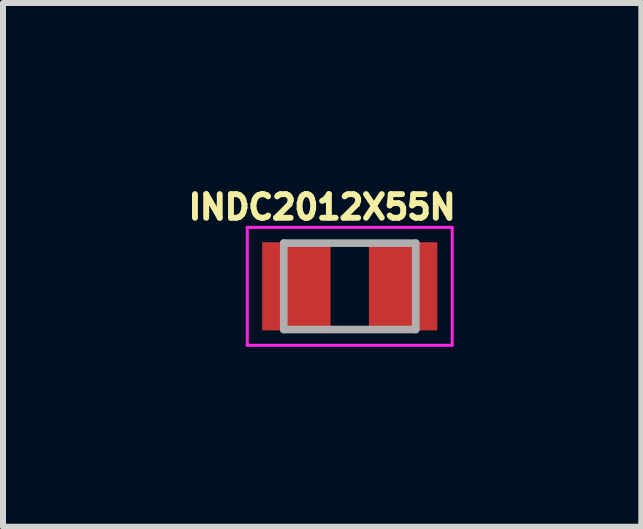
<source format=kicad_pcb>
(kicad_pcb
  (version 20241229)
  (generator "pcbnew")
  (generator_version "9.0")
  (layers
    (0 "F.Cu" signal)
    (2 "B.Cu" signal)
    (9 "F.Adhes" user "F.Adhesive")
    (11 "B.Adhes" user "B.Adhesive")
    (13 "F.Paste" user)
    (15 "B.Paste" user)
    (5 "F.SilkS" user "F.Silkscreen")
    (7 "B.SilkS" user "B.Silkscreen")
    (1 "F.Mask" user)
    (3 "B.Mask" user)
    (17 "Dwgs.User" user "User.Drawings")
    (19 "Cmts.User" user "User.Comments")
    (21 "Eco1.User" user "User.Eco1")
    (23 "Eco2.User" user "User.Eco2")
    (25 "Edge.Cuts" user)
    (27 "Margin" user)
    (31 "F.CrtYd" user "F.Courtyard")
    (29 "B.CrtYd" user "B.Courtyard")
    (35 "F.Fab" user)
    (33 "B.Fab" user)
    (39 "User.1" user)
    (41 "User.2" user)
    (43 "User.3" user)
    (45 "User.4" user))
  (footprint "INDC2012X55N"
    (layer "F.Cu")
    (at 2.78 1.723)
    (property "Reference" "INDC2012X55N" (at -0.46 -1.32 0) (layer "F.SilkS") (effects (font (size 0.394 0.394) (thickness 0.15))))
    (attr smd)
    (fp_line (start -1.708 -0.983) (end 1.708 -0.983) (stroke (width 0.05) (type solid)) (layer "F.CrtYd"))
    (fp_line (start -1.708 0.983) (end -1.708 -0.983) (stroke (width 0.05) (type solid)) (layer "F.CrtYd"))
    (fp_line (start -1.708 0.983) (end 1.708 0.983) (stroke (width 0.05) (type solid)) (layer "F.CrtYd"))
    (fp_line (start 1.708 0.983) (end 1.708 -0.983) (stroke (width 0.05) (type solid)) (layer "F.CrtYd"))
    (fp_line (start -1.1 0.72) (end -1.1 -0.72) (stroke (width 0.127) (type solid)) (layer "F.Fab"))
    (fp_line (start 1.1 -0.72) (end -1.1 -0.72) (stroke (width 0.127) (type solid)) (layer "F.Fab"))
    (fp_line (start 1.1 0.72) (end -1.1 0.72) (stroke (width 0.127) (type solid)) (layer "F.Fab"))
    (fp_line (start 1.1 0.72) (end 1.1 -0.72) (stroke (width 0.127) (type solid)) (layer "F.Fab"))
    (pad "1" smd rect (at -0.89 0) (size 1.14 1.47) (layers "F.Cu" "F.Mask" "F.Paste"))
    (pad "2" smd rect (at 0.89 0) (size 1.14 1.47) (layers "F.Cu" "F.Mask" "F.Paste")))
  (gr_rect
    (start -3 -3)
    (end 7.641 5.731)
    (stroke (width 0.1) (type default))
    (fill no)
    (layer "Edge.Cuts")))
</source>
